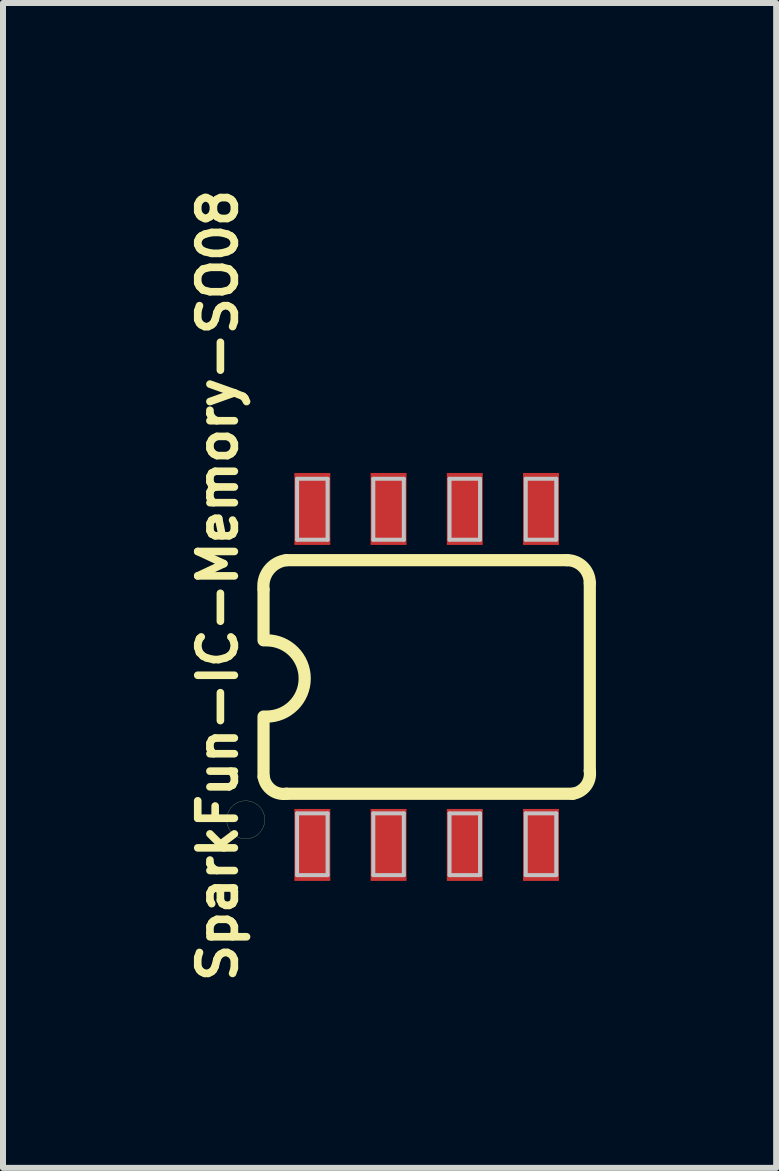
<source format=kicad_pcb>
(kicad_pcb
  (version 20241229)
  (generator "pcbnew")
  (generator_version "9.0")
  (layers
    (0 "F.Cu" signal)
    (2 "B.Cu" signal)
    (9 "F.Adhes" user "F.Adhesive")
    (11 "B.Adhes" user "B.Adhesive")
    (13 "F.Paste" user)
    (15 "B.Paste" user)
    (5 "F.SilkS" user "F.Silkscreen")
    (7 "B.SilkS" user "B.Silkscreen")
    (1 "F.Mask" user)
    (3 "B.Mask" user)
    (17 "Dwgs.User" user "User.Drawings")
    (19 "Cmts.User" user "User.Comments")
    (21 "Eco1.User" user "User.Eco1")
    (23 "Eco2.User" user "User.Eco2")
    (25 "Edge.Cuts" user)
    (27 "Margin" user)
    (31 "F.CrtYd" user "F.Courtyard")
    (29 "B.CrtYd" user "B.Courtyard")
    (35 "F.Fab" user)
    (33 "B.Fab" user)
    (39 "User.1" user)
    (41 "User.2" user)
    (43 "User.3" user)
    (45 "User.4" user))
  (footprint "SparkFun-IC-Memory-SO08"
    (layer "F.Cu")
    (at 4.059 8.229)
    (property "Reference" "SparkFun-IC-Memory-SO08" (at -3.48 -1.524 90) (layer "F.SilkS") (effects (font (size 0.61 0.61) (thickness 0.127))))
    (attr smd)
    (fp_line (start -3.332 2.38) (end -3.325 2.451) (stroke (width 0.003) (type solid)) (layer "F.SilkS"))
    (fp_line (start -3.325 2.309) (end -3.332 2.38) (stroke (width 0.003) (type solid)) (layer "F.SilkS"))
    (fp_line (start -3.325 2.451) (end -3.302 2.517) (stroke (width 0.003) (type solid)) (layer "F.SilkS"))
    (fp_line (start -3.302 2.243) (end -3.325 2.309) (stroke (width 0.003) (type solid)) (layer "F.SilkS"))
    (fp_line (start -3.302 2.517) (end -3.264 2.578) (stroke (width 0.003) (type solid)) (layer "F.SilkS"))
    (fp_line (start -3.264 2.182) (end -3.302 2.243) (stroke (width 0.003) (type solid)) (layer "F.SilkS"))
    (fp_line (start -3.264 2.578) (end -3.213 2.629) (stroke (width 0.003) (type solid)) (layer "F.SilkS"))
    (fp_line (start -3.213 2.131) (end -3.264 2.182) (stroke (width 0.003) (type solid)) (layer "F.SilkS"))
    (fp_line (start -3.213 2.629) (end -3.152 2.667) (stroke (width 0.003) (type solid)) (layer "F.SilkS"))
    (fp_line (start -3.152 2.093) (end -3.213 2.131) (stroke (width 0.003) (type solid)) (layer "F.SilkS"))
    (fp_line (start -3.152 2.667) (end -3.086 2.69) (stroke (width 0.003) (type solid)) (layer "F.SilkS"))
    (fp_line (start -3.086 2.07) (end -3.152 2.093) (stroke (width 0.003) (type solid)) (layer "F.SilkS"))
    (fp_line (start -3.086 2.69) (end -3.015 2.697) (stroke (width 0.003) (type solid)) (layer "F.SilkS"))
    (fp_line (start -3.015 2.062) (end -3.086 2.07) (stroke (width 0.003) (type solid)) (layer "F.SilkS"))
    (fp_line (start -3.015 2.697) (end -2.944 2.69) (stroke (width 0.003) (type solid)) (layer "F.SilkS"))
    (fp_line (start -2.944 2.07) (end -3.015 2.062) (stroke (width 0.003) (type solid)) (layer "F.SilkS"))
    (fp_line (start -2.944 2.69) (end -2.878 2.667) (stroke (width 0.003) (type solid)) (layer "F.SilkS"))
    (fp_line (start -2.878 2.093) (end -2.944 2.07) (stroke (width 0.003) (type solid)) (layer "F.SilkS"))
    (fp_line (start -2.878 2.667) (end -2.817 2.629) (stroke (width 0.003) (type solid)) (layer "F.SilkS"))
    (fp_line (start -2.817 2.131) (end -2.878 2.093) (stroke (width 0.003) (type solid)) (layer "F.SilkS"))
    (fp_line (start -2.817 2.629) (end -2.766 2.578) (stroke (width 0.003) (type solid)) (layer "F.SilkS"))
    (fp_line (start -2.766 2.182) (end -2.817 2.131) (stroke (width 0.003) (type solid)) (layer "F.SilkS"))
    (fp_line (start -2.766 2.578) (end -2.728 2.517) (stroke (width 0.003) (type solid)) (layer "F.SilkS"))
    (fp_line (start -2.728 2.243) (end -2.766 2.182) (stroke (width 0.003) (type solid)) (layer "F.SilkS"))
    (fp_line (start -2.728 2.517) (end -2.705 2.451) (stroke (width 0.003) (type solid)) (layer "F.SilkS"))
    (fp_line (start -2.718 -1.45) (end -2.718 -0.61) (stroke (width 0.203) (type solid)) (layer "F.SilkS"))
    (fp_line (start -2.718 1.664) (end -2.718 0.66) (stroke (width 0.203) (type solid)) (layer "F.SilkS"))
    (fp_line (start -2.705 2.309) (end -2.728 2.243) (stroke (width 0.003) (type solid)) (layer "F.SilkS"))
    (fp_line (start -2.705 2.451) (end -2.697 2.38) (stroke (width 0.003) (type solid)) (layer "F.SilkS"))
    (fp_line (start -2.697 2.38) (end -2.705 2.309) (stroke (width 0.003) (type solid)) (layer "F.SilkS"))
    (fp_line (start -2.337 1.946) (end 2.436 1.946) (stroke (width 0.203) (type solid)) (layer "F.SilkS"))
    (fp_line (start 2.337 -1.946) (end -2.337 -1.946) (stroke (width 0.203) (type solid)) (layer "F.SilkS"))
    (fp_line (start 2.718 1.565) (end 2.718 -1.565) (stroke (width 0.203) (type solid)) (layer "F.SilkS"))
    (fp_arc (start -2.7178 -1.46304) (mid -2.62725 -1.783248) (end -2.3368 -1.94564) (stroke (width 0.2032) (type solid)) (layer "F.SilkS"))
    (fp_arc (start -2.667 -0.6096) (mid -2.032 0.0254) (end -2.667 0.6604) (stroke (width 0.2032) (type solid)) (layer "F.SilkS"))
    (fp_arc (start -2.3368 1.94564) (mid -2.584422 1.883052) (end -2.71526 1.6637) (stroke (width 0.2032) (type solid)) (layer "F.SilkS"))
    (fp_arc (start 2.3368 -1.94564) (mid 2.606208 -1.834048) (end 2.7178 -1.56464) (stroke (width 0.2032) (type solid)) (layer "F.SilkS"))
    (fp_arc (start 2.7178 1.56464) (mid 2.654468 1.814058) (end 2.43332 1.94564) (stroke (width 0.2032) (type solid)) (layer "F.SilkS"))
    (fp_line (start -2.159 -3.302) (end -1.651 -3.302) (stroke (width 0.066) (type solid)) (layer "Dwgs.User"))
    (fp_line (start -2.159 -2.286) (end -2.159 -3.302) (stroke (width 0.066) (type solid)) (layer "Dwgs.User"))
    (fp_line (start -2.159 -2.286) (end -1.651 -2.286) (stroke (width 0.066) (type solid)) (layer "Dwgs.User"))
    (fp_line (start -2.159 2.273) (end -1.651 2.273) (stroke (width 0.066) (type solid)) (layer "Dwgs.User"))
    (fp_line (start -2.159 3.302) (end -2.159 2.273) (stroke (width 0.066) (type solid)) (layer "Dwgs.User"))
    (fp_line (start -2.159 3.302) (end -1.651 3.302) (stroke (width 0.066) (type solid)) (layer "Dwgs.User"))
    (fp_line (start -1.651 -2.286) (end -1.651 -3.302) (stroke (width 0.066) (type solid)) (layer "Dwgs.User"))
    (fp_line (start -1.651 3.302) (end -1.651 2.273) (stroke (width 0.066) (type solid)) (layer "Dwgs.User"))
    (fp_line (start -0.889 -3.302) (end -0.381 -3.302) (stroke (width 0.066) (type solid)) (layer "Dwgs.User"))
    (fp_line (start -0.889 -2.286) (end -0.889 -3.302) (stroke (width 0.066) (type solid)) (layer "Dwgs.User"))
    (fp_line (start -0.889 -2.286) (end -0.381 -2.286) (stroke (width 0.066) (type solid)) (layer "Dwgs.User"))
    (fp_line (start -0.889 2.273) (end -0.381 2.273) (stroke (width 0.066) (type solid)) (layer "Dwgs.User"))
    (fp_line (start -0.889 3.302) (end -0.889 2.273) (stroke (width 0.066) (type solid)) (layer "Dwgs.User"))
    (fp_line (start -0.889 3.302) (end -0.381 3.302) (stroke (width 0.066) (type solid)) (layer "Dwgs.User"))
    (fp_line (start -0.381 -2.286) (end -0.381 -3.302) (stroke (width 0.066) (type solid)) (layer "Dwgs.User"))
    (fp_line (start -0.381 3.302) (end -0.381 2.273) (stroke (width 0.066) (type solid)) (layer "Dwgs.User"))
    (fp_line (start 0.381 -3.302) (end 0.889 -3.302) (stroke (width 0.066) (type solid)) (layer "Dwgs.User"))
    (fp_line (start 0.381 -2.286) (end 0.381 -3.302) (stroke (width 0.066) (type solid)) (layer "Dwgs.User"))
    (fp_line (start 0.381 -2.286) (end 0.889 -2.286) (stroke (width 0.066) (type solid)) (layer "Dwgs.User"))
    (fp_line (start 0.381 2.273) (end 0.889 2.273) (stroke (width 0.066) (type solid)) (layer "Dwgs.User"))
    (fp_line (start 0.381 3.302) (end 0.381 2.273) (stroke (width 0.066) (type solid)) (layer "Dwgs.User"))
    (fp_line (start 0.381 3.302) (end 0.889 3.302) (stroke (width 0.066) (type solid)) (layer "Dwgs.User"))
    (fp_line (start 0.889 -2.286) (end 0.889 -3.302) (stroke (width 0.066) (type solid)) (layer "Dwgs.User"))
    (fp_line (start 0.889 3.302) (end 0.889 2.273) (stroke (width 0.066) (type solid)) (layer "Dwgs.User"))
    (fp_line (start 1.651 -3.302) (end 2.159 -3.302) (stroke (width 0.066) (type solid)) (layer "Dwgs.User"))
    (fp_line (start 1.651 -2.286) (end 1.651 -3.302) (stroke (width 0.066) (type solid)) (layer "Dwgs.User"))
    (fp_line (start 1.651 -2.286) (end 2.159 -2.286) (stroke (width 0.066) (type solid)) (layer "Dwgs.User"))
    (fp_line (start 1.651 2.273) (end 2.159 2.273) (stroke (width 0.066) (type solid)) (layer "Dwgs.User"))
    (fp_line (start 1.651 3.302) (end 1.651 2.273) (stroke (width 0.066) (type solid)) (layer "Dwgs.User"))
    (fp_line (start 1.651 3.302) (end 2.159 3.302) (stroke (width 0.066) (type solid)) (layer "Dwgs.User"))
    (fp_line (start 2.159 -2.286) (end 2.159 -3.302) (stroke (width 0.066) (type solid)) (layer "Dwgs.User"))
    (fp_line (start 2.159 3.302) (end 2.159 2.273) (stroke (width 0.066) (type solid)) (layer "Dwgs.User"))
    (pad "1" smd rect (at -1.905 2.799) (size 0.599 1.199) (layers "F.Cu" "F.Mask" "F.Paste"))
    (pad "2" smd rect (at -0.635 2.799) (size 0.599 1.199) (layers "F.Cu" "F.Mask" "F.Paste"))
    (pad "3" smd rect (at 0.635 2.799) (size 0.599 1.199) (layers "F.Cu" "F.Mask" "F.Paste"))
    (pad "4" smd rect (at 1.905 2.799) (size 0.599 1.199) (layers "F.Cu" "F.Mask" "F.Paste"))
    (pad "5" smd rect (at 1.905 -2.799) (size 0.599 1.199) (layers "F.Cu" "F.Mask" "F.Paste"))
    (pad "6" smd rect (at 0.635 -2.799) (size 0.599 1.199) (layers "F.Cu" "F.Mask" "F.Paste"))
    (pad "7" smd rect (at -0.635 -2.799) (size 0.599 1.199) (layers "F.Cu" "F.Mask" "F.Paste"))
    (pad "8" smd rect (at -1.905 -2.799) (size 0.599 1.199) (layers "F.Cu" "F.Mask" "F.Paste")))
  (gr_rect
    (start -3 -3)
    (end 9.882 16.409)
    (stroke (width 0.1) (type default))
    (fill no)
    (layer "Edge.Cuts")))
</source>
